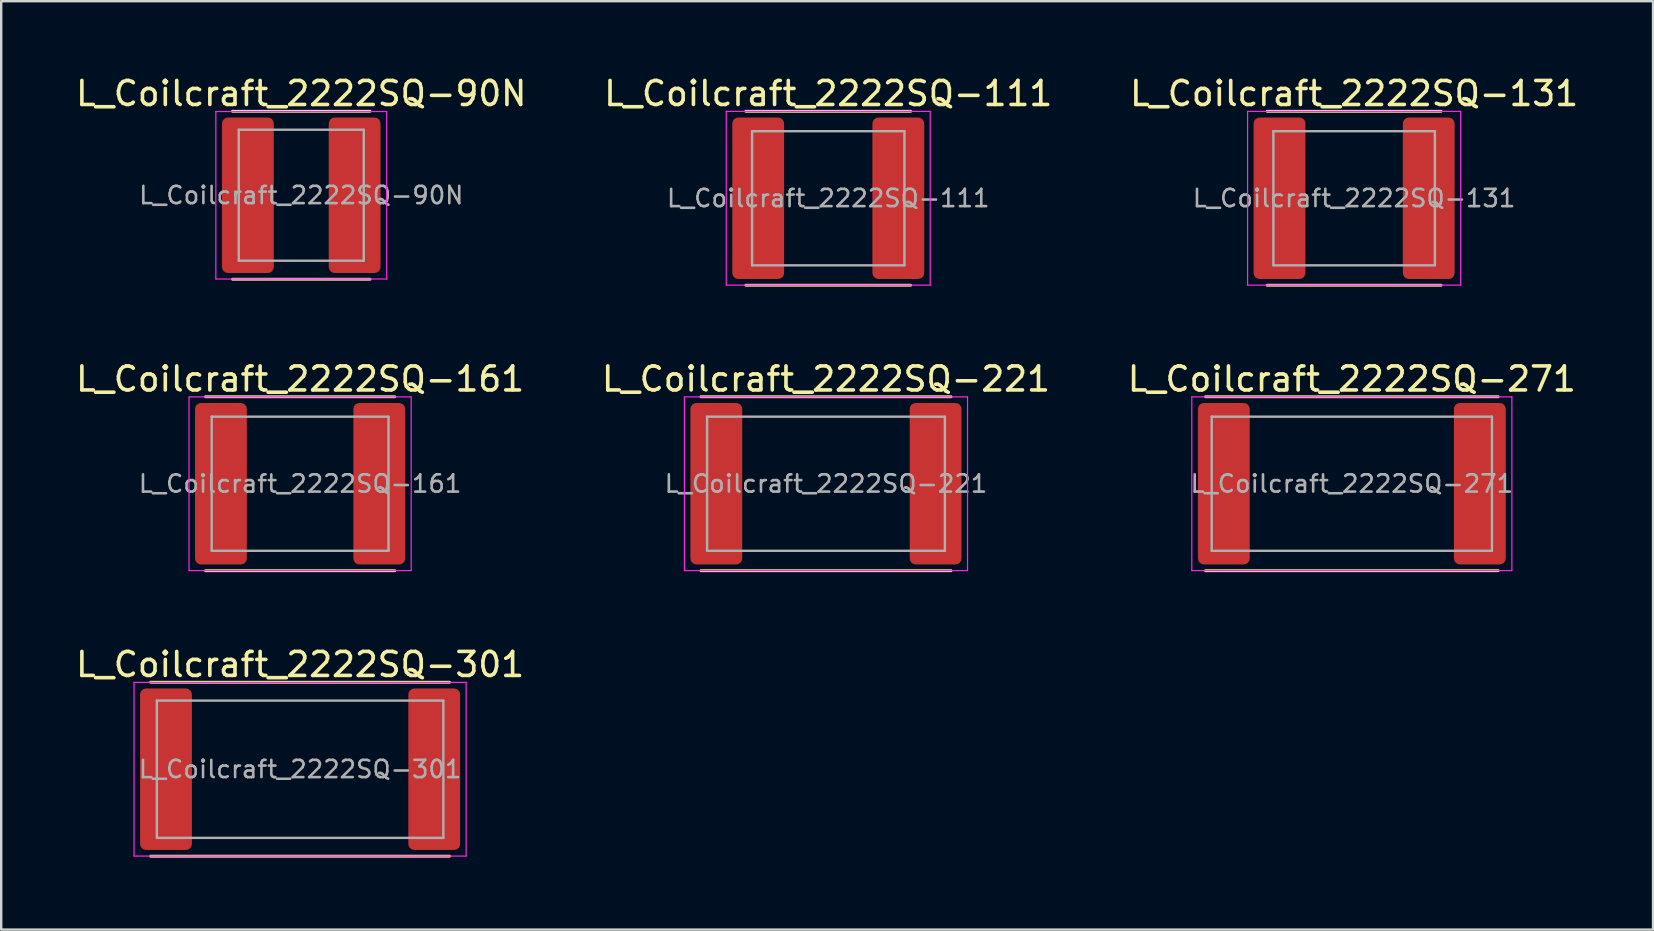
<source format=kicad_pcb>
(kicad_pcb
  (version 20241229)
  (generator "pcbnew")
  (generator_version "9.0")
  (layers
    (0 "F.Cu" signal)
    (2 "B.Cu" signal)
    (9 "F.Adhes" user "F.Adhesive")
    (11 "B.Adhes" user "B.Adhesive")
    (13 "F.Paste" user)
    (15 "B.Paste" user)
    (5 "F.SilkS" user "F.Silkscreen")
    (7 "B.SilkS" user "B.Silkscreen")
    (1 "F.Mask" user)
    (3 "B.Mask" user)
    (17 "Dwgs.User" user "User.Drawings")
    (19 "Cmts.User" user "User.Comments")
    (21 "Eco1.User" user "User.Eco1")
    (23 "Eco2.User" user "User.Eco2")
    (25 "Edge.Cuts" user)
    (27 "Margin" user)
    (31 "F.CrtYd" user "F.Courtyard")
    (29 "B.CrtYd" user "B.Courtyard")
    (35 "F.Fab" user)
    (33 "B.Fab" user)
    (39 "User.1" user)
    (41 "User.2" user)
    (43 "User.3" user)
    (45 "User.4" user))
  (footprint "L_Coilcraft_2222SQ-111"
    (layer "F.Cu")
    (at 31.47 5.213)
    (property "Reference" "L_Coilcraft_2222SQ-111" (at 0 -4.365 0) (layer "F.SilkS") (effects (font (size 1 1) (thickness 0.15))))
    (attr smd)
    (fp_line (start -3.435 -3.625) (end 3.435 -3.625) (stroke (width 0.12) (type solid)) (layer "F.SilkS"))
    (fp_line (start -3.435 3.625) (end 3.435 3.625) (stroke (width 0.12) (type solid)) (layer "F.SilkS"))
    (fp_line (start -4.25 -3.62) (end -4.25 3.62) (stroke (width 0.05) (type solid)) (layer "F.CrtYd"))
    (fp_line (start -4.25 3.62) (end 4.25 3.62) (stroke (width 0.05) (type solid)) (layer "F.CrtYd"))
    (fp_line (start 4.25 -3.62) (end -4.25 -3.62) (stroke (width 0.05) (type solid)) (layer "F.CrtYd"))
    (fp_line (start 4.25 3.62) (end 4.25 -3.62) (stroke (width 0.05) (type solid)) (layer "F.CrtYd"))
    (fp_line (start -3.175 -2.795) (end -3.175 2.795) (stroke (width 0.1) (type solid)) (layer "F.Fab"))
    (fp_line (start -3.175 2.795) (end 3.175 2.795) (stroke (width 0.1) (type solid)) (layer "F.Fab"))
    (fp_line (start 3.175 -2.795) (end -3.175 -2.795) (stroke (width 0.1) (type solid)) (layer "F.Fab"))
    (fp_line (start 3.175 2.795) (end 3.175 -2.795) (stroke (width 0.1) (type solid)) (layer "F.Fab"))
    (fp_text user "${REFERENCE}" (at 0 0 0) (layer "F.Fab") (effects (font (size 0.72 0.72) (thickness 0.108))))
    (pad "1" smd roundrect (at -2.92 0) (size 2.16 6.73) (layers "F.Cu" "F.Mask" "F.Paste") (roundrect_rratio 0.116))
    (pad "2" smd roundrect (at 2.92 0) (size 2.16 6.73) (layers "F.Cu" "F.Mask" "F.Paste") (roundrect_rratio 0.116)))
  (footprint "L_Coilcraft_2222SQ-161"
    (layer "F.Cu")
    (at 9.458 17.111)
    (property "Reference" "L_Coilcraft_2222SQ-161" (at 0 -4.365 0) (layer "F.SilkS") (effects (font (size 1 1) (thickness 0.15))))
    (attr smd)
    (fp_line (start -3.945 -3.625) (end 3.945 -3.625) (stroke (width 0.12) (type solid)) (layer "F.SilkS"))
    (fp_line (start -3.945 3.625) (end 3.945 3.625) (stroke (width 0.12) (type solid)) (layer "F.SilkS"))
    (fp_line (start -4.63 -3.62) (end -4.63 3.62) (stroke (width 0.05) (type solid)) (layer "F.CrtYd"))
    (fp_line (start -4.63 3.62) (end 4.63 3.62) (stroke (width 0.05) (type solid)) (layer "F.CrtYd"))
    (fp_line (start 4.63 -3.62) (end -4.63 -3.62) (stroke (width 0.05) (type solid)) (layer "F.CrtYd"))
    (fp_line (start 4.63 3.62) (end 4.63 -3.62) (stroke (width 0.05) (type solid)) (layer "F.CrtYd"))
    (fp_line (start -3.685 -2.795) (end -3.685 2.795) (stroke (width 0.1) (type solid)) (layer "F.Fab"))
    (fp_line (start -3.685 2.795) (end 3.685 2.795) (stroke (width 0.1) (type solid)) (layer "F.Fab"))
    (fp_line (start 3.685 -2.795) (end -3.685 -2.795) (stroke (width 0.1) (type solid)) (layer "F.Fab"))
    (fp_line (start 3.685 2.795) (end 3.685 -2.795) (stroke (width 0.1) (type solid)) (layer "F.Fab"))
    (fp_text user "${REFERENCE}" (at 0 0 0) (layer "F.Fab") (effects (font (size 0.72 0.72) (thickness 0.108))))
    (pad "1" smd roundrect (at -3.3 0) (size 2.16 6.73) (layers "F.Cu" "F.Mask" "F.Paste") (roundrect_rratio 0.116))
    (pad "2" smd roundrect (at 3.3 0) (size 2.16 6.73) (layers "F.Cu" "F.Mask" "F.Paste") (roundrect_rratio 0.116)))
  (footprint "L_Coilcraft_2222SQ-90N"
    (layer "F.Cu")
    (at 9.506 5.088)
    (property "Reference" "L_Coilcraft_2222SQ-90N" (at 0 -4.24 0) (layer "F.SilkS") (effects (font (size 1 1) (thickness 0.15))))
    (attr smd)
    (fp_line (start -2.865 -3.5) (end 2.865 -3.5) (stroke (width 0.12) (type solid)) (layer "F.SilkS"))
    (fp_line (start -2.865 3.5) (end 2.865 3.5) (stroke (width 0.12) (type solid)) (layer "F.SilkS"))
    (fp_line (start -3.56 -3.49) (end -3.56 3.49) (stroke (width 0.05) (type solid)) (layer "F.CrtYd"))
    (fp_line (start -3.56 3.49) (end 3.56 3.49) (stroke (width 0.05) (type solid)) (layer "F.CrtYd"))
    (fp_line (start 3.56 -3.49) (end -3.56 -3.49) (stroke (width 0.05) (type solid)) (layer "F.CrtYd"))
    (fp_line (start 3.56 3.49) (end 3.56 -3.49) (stroke (width 0.05) (type solid)) (layer "F.CrtYd"))
    (fp_line (start -2.605 -2.73) (end -2.605 2.73) (stroke (width 0.1) (type solid)) (layer "F.Fab"))
    (fp_line (start -2.605 2.73) (end 2.605 2.73) (stroke (width 0.1) (type solid)) (layer "F.Fab"))
    (fp_line (start 2.605 -2.73) (end -2.605 -2.73) (stroke (width 0.1) (type solid)) (layer "F.Fab"))
    (fp_line (start 2.605 2.73) (end 2.605 -2.73) (stroke (width 0.1) (type solid)) (layer "F.Fab"))
    (fp_text user "${REFERENCE}" (at 0 0 0) (layer "F.Fab") (effects (font (size 0.72 0.72) (thickness 0.108))))
    (pad "1" smd roundrect (at -2.225 0) (size 2.16 6.48) (layers "F.Cu" "F.Mask" "F.Paste") (roundrect_rratio 0.116))
    (pad "2" smd roundrect (at 2.225 0) (size 2.16 6.48) (layers "F.Cu" "F.Mask" "F.Paste") (roundrect_rratio 0.116)))
  (footprint "L_Coilcraft_2222SQ-271"
    (layer "F.Cu")
    (at 53.292 17.111)
    (property "Reference" "L_Coilcraft_2222SQ-271" (at 0 -4.365 0) (layer "F.SilkS") (effects (font (size 1 1) (thickness 0.15))))
    (attr smd)
    (fp_line (start -6.1 -3.625) (end 6.1 -3.625) (stroke (width 0.12) (type solid)) (layer "F.SilkS"))
    (fp_line (start -6.1 3.625) (end 6.1 3.625) (stroke (width 0.12) (type solid)) (layer "F.SilkS"))
    (fp_line (start -6.67 -3.62) (end -6.67 3.62) (stroke (width 0.05) (type solid)) (layer "F.CrtYd"))
    (fp_line (start -6.67 3.62) (end 6.67 3.62) (stroke (width 0.05) (type solid)) (layer "F.CrtYd"))
    (fp_line (start 6.67 -3.62) (end -6.67 -3.62) (stroke (width 0.05) (type solid)) (layer "F.CrtYd"))
    (fp_line (start 6.67 3.62) (end 6.67 -3.62) (stroke (width 0.05) (type solid)) (layer "F.CrtYd"))
    (fp_line (start -5.84 -2.795) (end -5.84 2.795) (stroke (width 0.1) (type solid)) (layer "F.Fab"))
    (fp_line (start -5.84 2.795) (end 5.84 2.795) (stroke (width 0.1) (type solid)) (layer "F.Fab"))
    (fp_line (start 5.84 -2.795) (end -5.84 -2.795) (stroke (width 0.1) (type solid)) (layer "F.Fab"))
    (fp_line (start 5.84 2.795) (end 5.84 -2.795) (stroke (width 0.1) (type solid)) (layer "F.Fab"))
    (fp_text user "${REFERENCE}" (at 0 0 0) (layer "F.Fab") (effects (font (size 0.72 0.72) (thickness 0.108))))
    (pad "1" smd roundrect (at -5.335 0) (size 2.16 6.73) (layers "F.Cu" "F.Mask" "F.Paste") (roundrect_rratio 0.116))
    (pad "2" smd roundrect (at 5.335 0) (size 2.16 6.73) (layers "F.Cu" "F.Mask" "F.Paste") (roundrect_rratio 0.116)))
  (footprint "L_Coilcraft_2222SQ-131"
    (layer "F.Cu")
    (at 53.387 5.213)
    (property "Reference" "L_Coilcraft_2222SQ-131" (at 0 -4.365 0) (layer "F.SilkS") (effects (font (size 1 1) (thickness 0.15))))
    (attr smd)
    (fp_line (start -3.625 -3.625) (end 3.625 -3.625) (stroke (width 0.12) (type solid)) (layer "F.SilkS"))
    (fp_line (start -3.625 3.625) (end 3.625 3.625) (stroke (width 0.12) (type solid)) (layer "F.SilkS"))
    (fp_line (start -4.44 -3.62) (end -4.44 3.62) (stroke (width 0.05) (type solid)) (layer "F.CrtYd"))
    (fp_line (start -4.44 3.62) (end 4.44 3.62) (stroke (width 0.05) (type solid)) (layer "F.CrtYd"))
    (fp_line (start 4.44 -3.62) (end -4.44 -3.62) (stroke (width 0.05) (type solid)) (layer "F.CrtYd"))
    (fp_line (start 4.44 3.62) (end 4.44 -3.62) (stroke (width 0.05) (type solid)) (layer "F.CrtYd"))
    (fp_line (start -3.365 -2.795) (end -3.365 2.795) (stroke (width 0.1) (type solid)) (layer "F.Fab"))
    (fp_line (start -3.365 2.795) (end 3.365 2.795) (stroke (width 0.1) (type solid)) (layer "F.Fab"))
    (fp_line (start 3.365 -2.795) (end -3.365 -2.795) (stroke (width 0.1) (type solid)) (layer "F.Fab"))
    (fp_line (start 3.365 2.795) (end 3.365 -2.795) (stroke (width 0.1) (type solid)) (layer "F.Fab"))
    (fp_text user "${REFERENCE}" (at 0 0 0) (layer "F.Fab") (effects (font (size 0.72 0.72) (thickness 0.108))))
    (pad "1" smd roundrect (at -3.11 0) (size 2.16 6.73) (layers "F.Cu" "F.Mask" "F.Paste") (roundrect_rratio 0.116))
    (pad "2" smd roundrect (at 3.11 0) (size 2.16 6.73) (layers "F.Cu" "F.Mask" "F.Paste") (roundrect_rratio 0.116)))
  (footprint "L_Coilcraft_2222SQ-221"
    (layer "F.Cu")
    (at 31.375 17.111)
    (property "Reference" "L_Coilcraft_2222SQ-221" (at 0 -4.365 0) (layer "F.SilkS") (effects (font (size 1 1) (thickness 0.15))))
    (attr smd)
    (fp_line (start -5.215 -3.625) (end 5.215 -3.625) (stroke (width 0.12) (type solid)) (layer "F.SilkS"))
    (fp_line (start -5.215 3.625) (end 5.215 3.625) (stroke (width 0.12) (type solid)) (layer "F.SilkS"))
    (fp_line (start -5.9 -3.62) (end -5.9 3.62) (stroke (width 0.05) (type solid)) (layer "F.CrtYd"))
    (fp_line (start -5.9 3.62) (end 5.9 3.62) (stroke (width 0.05) (type solid)) (layer "F.CrtYd"))
    (fp_line (start 5.9 -3.62) (end -5.9 -3.62) (stroke (width 0.05) (type solid)) (layer "F.CrtYd"))
    (fp_line (start 5.9 3.62) (end 5.9 -3.62) (stroke (width 0.05) (type solid)) (layer "F.CrtYd"))
    (fp_line (start -4.955 -2.795) (end -4.955 2.795) (stroke (width 0.1) (type solid)) (layer "F.Fab"))
    (fp_line (start -4.955 2.795) (end 4.955 2.795) (stroke (width 0.1) (type solid)) (layer "F.Fab"))
    (fp_line (start 4.955 -2.795) (end -4.955 -2.795) (stroke (width 0.1) (type solid)) (layer "F.Fab"))
    (fp_line (start 4.955 2.795) (end 4.955 -2.795) (stroke (width 0.1) (type solid)) (layer "F.Fab"))
    (fp_text user "${REFERENCE}" (at 0 0 0) (layer "F.Fab") (effects (font (size 0.72 0.72) (thickness 0.108))))
    (pad "1" smd roundrect (at -4.57 0) (size 2.16 6.73) (layers "F.Cu" "F.Mask" "F.Paste") (roundrect_rratio 0.116))
    (pad "2" smd roundrect (at 4.57 0) (size 2.16 6.73) (layers "F.Cu" "F.Mask" "F.Paste") (roundrect_rratio 0.116)))
  (footprint "L_Coilcraft_2222SQ-301"
    (layer "F.Cu")
    (at 9.458 29.01)
    (property "Reference" "L_Coilcraft_2222SQ-301" (at 0 -4.365 0) (layer "F.SilkS") (effects (font (size 1 1) (thickness 0.15))))
    (attr smd)
    (fp_line (start -6.23 -3.625) (end 6.23 -3.625) (stroke (width 0.12) (type solid)) (layer "F.SilkS"))
    (fp_line (start -6.23 3.625) (end 6.23 3.625) (stroke (width 0.12) (type solid)) (layer "F.SilkS"))
    (fp_line (start -6.92 -3.62) (end -6.92 3.62) (stroke (width 0.05) (type solid)) (layer "F.CrtYd"))
    (fp_line (start -6.92 3.62) (end 6.92 3.62) (stroke (width 0.05) (type solid)) (layer "F.CrtYd"))
    (fp_line (start 6.92 -3.62) (end -6.92 -3.62) (stroke (width 0.05) (type solid)) (layer "F.CrtYd"))
    (fp_line (start 6.92 3.62) (end 6.92 -3.62) (stroke (width 0.05) (type solid)) (layer "F.CrtYd"))
    (fp_line (start -5.97 -2.86) (end -5.97 2.86) (stroke (width 0.1) (type solid)) (layer "F.Fab"))
    (fp_line (start -5.97 2.86) (end 5.97 2.86) (stroke (width 0.1) (type solid)) (layer "F.Fab"))
    (fp_line (start 5.97 -2.86) (end -5.97 -2.86) (stroke (width 0.1) (type solid)) (layer "F.Fab"))
    (fp_line (start 5.97 2.86) (end 5.97 -2.86) (stroke (width 0.1) (type solid)) (layer "F.Fab"))
    (fp_text user "${REFERENCE}" (at 0 0 0) (layer "F.Fab") (effects (font (size 0.72 0.72) (thickness 0.108))))
    (pad "1" smd roundrect (at -5.59 0) (size 2.16 6.73) (layers "F.Cu" "F.Mask" "F.Paste") (roundrect_rratio 0.116))
    (pad "2" smd roundrect (at 5.59 0) (size 2.16 6.73) (layers "F.Cu" "F.Mask" "F.Paste") (roundrect_rratio 0.116)))
  (gr_rect
    (start -3 -3)
    (end 65.845 35.695)
    (stroke (width 0.1) (type default))
    (fill no)
    (layer "Edge.Cuts")))
</source>
